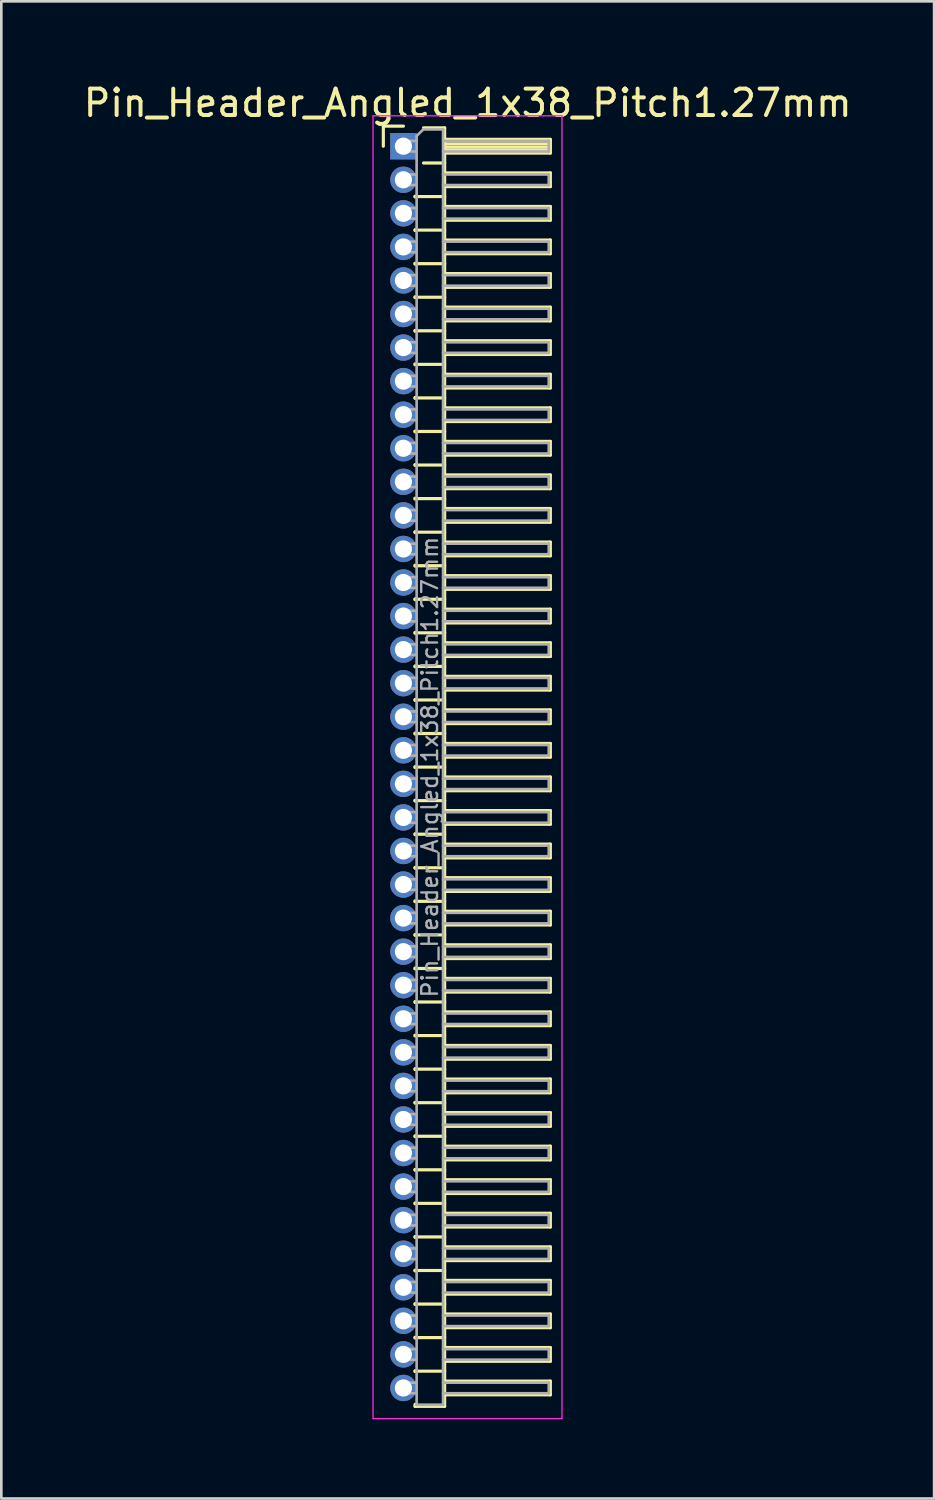
<source format=kicad_pcb>
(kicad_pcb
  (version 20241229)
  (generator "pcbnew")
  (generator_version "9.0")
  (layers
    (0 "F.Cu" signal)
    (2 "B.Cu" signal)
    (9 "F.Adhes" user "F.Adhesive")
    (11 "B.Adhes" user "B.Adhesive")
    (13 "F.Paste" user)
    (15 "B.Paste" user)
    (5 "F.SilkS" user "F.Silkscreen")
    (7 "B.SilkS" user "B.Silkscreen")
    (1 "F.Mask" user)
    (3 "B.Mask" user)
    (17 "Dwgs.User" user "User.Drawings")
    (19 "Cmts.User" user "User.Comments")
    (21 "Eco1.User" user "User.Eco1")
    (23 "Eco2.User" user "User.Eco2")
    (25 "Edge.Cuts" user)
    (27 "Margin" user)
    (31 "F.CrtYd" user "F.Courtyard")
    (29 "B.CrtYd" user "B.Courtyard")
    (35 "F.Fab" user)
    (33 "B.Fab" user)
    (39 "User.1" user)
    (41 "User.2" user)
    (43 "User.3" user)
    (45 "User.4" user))
  (footprint "Pin_Header_Angled_1x38_Pitch1.27mm"
    (layer "F.Cu")
    (at 12.216 2.483)
    (property "Reference" "Pin_Header_Angled_1x38_Pitch1.27mm" (at 2.433 -1.635 0) (layer "F.SilkS") (effects (font (size 1 1) (thickness 0.15))))
    (attr through_hole)
    (fp_line (start -0.76 -0.76) (end 0 -0.76) (stroke (width 0.12) (type solid)) (layer "F.SilkS"))
    (fp_line (start -0.76 0) (end -0.76 -0.76) (stroke (width 0.12) (type solid)) (layer "F.SilkS"))
    (fp_line (start 0.44 1.89) (end 0.44 1.92) (stroke (width 0.12) (type solid)) (layer "F.SilkS"))
    (fp_line (start 0.44 1.905) (end 1.56 1.905) (stroke (width 0.12) (type solid)) (layer "F.SilkS"))
    (fp_line (start 0.44 3.16) (end 0.44 3.19) (stroke (width 0.12) (type solid)) (layer "F.SilkS"))
    (fp_line (start 0.44 3.175) (end 1.56 3.175) (stroke (width 0.12) (type solid)) (layer "F.SilkS"))
    (fp_line (start 0.44 4.43) (end 0.44 4.46) (stroke (width 0.12) (type solid)) (layer "F.SilkS"))
    (fp_line (start 0.44 4.445) (end 1.56 4.445) (stroke (width 0.12) (type solid)) (layer "F.SilkS"))
    (fp_line (start 0.44 5.7) (end 0.44 5.73) (stroke (width 0.12) (type solid)) (layer "F.SilkS"))
    (fp_line (start 0.44 5.715) (end 1.56 5.715) (stroke (width 0.12) (type solid)) (layer "F.SilkS"))
    (fp_line (start 0.44 6.97) (end 0.44 7) (stroke (width 0.12) (type solid)) (layer "F.SilkS"))
    (fp_line (start 0.44 6.985) (end 1.56 6.985) (stroke (width 0.12) (type solid)) (layer "F.SilkS"))
    (fp_line (start 0.44 8.24) (end 0.44 8.27) (stroke (width 0.12) (type solid)) (layer "F.SilkS"))
    (fp_line (start 0.44 8.255) (end 1.56 8.255) (stroke (width 0.12) (type solid)) (layer "F.SilkS"))
    (fp_line (start 0.44 9.51) (end 0.44 9.54) (stroke (width 0.12) (type solid)) (layer "F.SilkS"))
    (fp_line (start 0.44 9.525) (end 1.56 9.525) (stroke (width 0.12) (type solid)) (layer "F.SilkS"))
    (fp_line (start 0.44 10.78) (end 0.44 10.81) (stroke (width 0.12) (type solid)) (layer "F.SilkS"))
    (fp_line (start 0.44 10.795) (end 1.56 10.795) (stroke (width 0.12) (type solid)) (layer "F.SilkS"))
    (fp_line (start 0.44 12.05) (end 0.44 12.08) (stroke (width 0.12) (type solid)) (layer "F.SilkS"))
    (fp_line (start 0.44 12.065) (end 1.56 12.065) (stroke (width 0.12) (type solid)) (layer "F.SilkS"))
    (fp_line (start 0.44 13.32) (end 0.44 13.35) (stroke (width 0.12) (type solid)) (layer "F.SilkS"))
    (fp_line (start 0.44 13.335) (end 1.56 13.335) (stroke (width 0.12) (type solid)) (layer "F.SilkS"))
    (fp_line (start 0.44 14.59) (end 0.44 14.62) (stroke (width 0.12) (type solid)) (layer "F.SilkS"))
    (fp_line (start 0.44 14.605) (end 1.56 14.605) (stroke (width 0.12) (type solid)) (layer "F.SilkS"))
    (fp_line (start 0.44 15.86) (end 0.44 15.89) (stroke (width 0.12) (type solid)) (layer "F.SilkS"))
    (fp_line (start 0.44 15.875) (end 1.56 15.875) (stroke (width 0.12) (type solid)) (layer "F.SilkS"))
    (fp_line (start 0.44 17.13) (end 0.44 17.16) (stroke (width 0.12) (type solid)) (layer "F.SilkS"))
    (fp_line (start 0.44 17.145) (end 1.56 17.145) (stroke (width 0.12) (type solid)) (layer "F.SilkS"))
    (fp_line (start 0.44 18.4) (end 0.44 18.43) (stroke (width 0.12) (type solid)) (layer "F.SilkS"))
    (fp_line (start 0.44 18.415) (end 1.56 18.415) (stroke (width 0.12) (type solid)) (layer "F.SilkS"))
    (fp_line (start 0.44 19.67) (end 0.44 19.7) (stroke (width 0.12) (type solid)) (layer "F.SilkS"))
    (fp_line (start 0.44 19.685) (end 1.56 19.685) (stroke (width 0.12) (type solid)) (layer "F.SilkS"))
    (fp_line (start 0.44 20.94) (end 0.44 20.97) (stroke (width 0.12) (type solid)) (layer "F.SilkS"))
    (fp_line (start 0.44 20.955) (end 1.56 20.955) (stroke (width 0.12) (type solid)) (layer "F.SilkS"))
    (fp_line (start 0.44 22.21) (end 0.44 22.24) (stroke (width 0.12) (type solid)) (layer "F.SilkS"))
    (fp_line (start 0.44 22.225) (end 1.56 22.225) (stroke (width 0.12) (type solid)) (layer "F.SilkS"))
    (fp_line (start 0.44 23.48) (end 0.44 23.51) (stroke (width 0.12) (type solid)) (layer "F.SilkS"))
    (fp_line (start 0.44 23.495) (end 1.56 23.495) (stroke (width 0.12) (type solid)) (layer "F.SilkS"))
    (fp_line (start 0.44 24.75) (end 0.44 24.78) (stroke (width 0.12) (type solid)) (layer "F.SilkS"))
    (fp_line (start 0.44 24.765) (end 1.56 24.765) (stroke (width 0.12) (type solid)) (layer "F.SilkS"))
    (fp_line (start 0.44 26.02) (end 0.44 26.05) (stroke (width 0.12) (type solid)) (layer "F.SilkS"))
    (fp_line (start 0.44 26.035) (end 1.56 26.035) (stroke (width 0.12) (type solid)) (layer "F.SilkS"))
    (fp_line (start 0.44 27.29) (end 0.44 27.32) (stroke (width 0.12) (type solid)) (layer "F.SilkS"))
    (fp_line (start 0.44 27.305) (end 1.56 27.305) (stroke (width 0.12) (type solid)) (layer "F.SilkS"))
    (fp_line (start 0.44 28.56) (end 0.44 28.59) (stroke (width 0.12) (type solid)) (layer "F.SilkS"))
    (fp_line (start 0.44 28.575) (end 1.56 28.575) (stroke (width 0.12) (type solid)) (layer "F.SilkS"))
    (fp_line (start 0.44 29.83) (end 0.44 29.86) (stroke (width 0.12) (type solid)) (layer "F.SilkS"))
    (fp_line (start 0.44 29.845) (end 1.56 29.845) (stroke (width 0.12) (type solid)) (layer "F.SilkS"))
    (fp_line (start 0.44 31.1) (end 0.44 31.13) (stroke (width 0.12) (type solid)) (layer "F.SilkS"))
    (fp_line (start 0.44 31.115) (end 1.56 31.115) (stroke (width 0.12) (type solid)) (layer "F.SilkS"))
    (fp_line (start 0.44 32.37) (end 0.44 32.4) (stroke (width 0.12) (type solid)) (layer "F.SilkS"))
    (fp_line (start 0.44 32.385) (end 1.56 32.385) (stroke (width 0.12) (type solid)) (layer "F.SilkS"))
    (fp_line (start 0.44 33.64) (end 0.44 33.67) (stroke (width 0.12) (type solid)) (layer "F.SilkS"))
    (fp_line (start 0.44 33.655) (end 1.56 33.655) (stroke (width 0.12) (type solid)) (layer "F.SilkS"))
    (fp_line (start 0.44 34.91) (end 0.44 34.94) (stroke (width 0.12) (type solid)) (layer "F.SilkS"))
    (fp_line (start 0.44 34.925) (end 1.56 34.925) (stroke (width 0.12) (type solid)) (layer "F.SilkS"))
    (fp_line (start 0.44 36.18) (end 0.44 36.21) (stroke (width 0.12) (type solid)) (layer "F.SilkS"))
    (fp_line (start 0.44 36.195) (end 1.56 36.195) (stroke (width 0.12) (type solid)) (layer "F.SilkS"))
    (fp_line (start 0.44 37.45) (end 0.44 37.48) (stroke (width 0.12) (type solid)) (layer "F.SilkS"))
    (fp_line (start 0.44 37.465) (end 1.56 37.465) (stroke (width 0.12) (type solid)) (layer "F.SilkS"))
    (fp_line (start 0.44 38.72) (end 0.44 38.75) (stroke (width 0.12) (type solid)) (layer "F.SilkS"))
    (fp_line (start 0.44 38.735) (end 1.56 38.735) (stroke (width 0.12) (type solid)) (layer "F.SilkS"))
    (fp_line (start 0.44 39.99) (end 0.44 40.02) (stroke (width 0.12) (type solid)) (layer "F.SilkS"))
    (fp_line (start 0.44 40.005) (end 1.56 40.005) (stroke (width 0.12) (type solid)) (layer "F.SilkS"))
    (fp_line (start 0.44 41.26) (end 0.44 41.29) (stroke (width 0.12) (type solid)) (layer "F.SilkS"))
    (fp_line (start 0.44 41.275) (end 1.56 41.275) (stroke (width 0.12) (type solid)) (layer "F.SilkS"))
    (fp_line (start 0.44 42.53) (end 0.44 42.56) (stroke (width 0.12) (type solid)) (layer "F.SilkS"))
    (fp_line (start 0.44 42.545) (end 1.56 42.545) (stroke (width 0.12) (type solid)) (layer "F.SilkS"))
    (fp_line (start 0.44 43.8) (end 0.44 43.83) (stroke (width 0.12) (type solid)) (layer "F.SilkS"))
    (fp_line (start 0.44 43.815) (end 1.56 43.815) (stroke (width 0.12) (type solid)) (layer "F.SilkS"))
    (fp_line (start 0.44 45.07) (end 0.44 45.1) (stroke (width 0.12) (type solid)) (layer "F.SilkS"))
    (fp_line (start 0.44 45.085) (end 1.56 45.085) (stroke (width 0.12) (type solid)) (layer "F.SilkS"))
    (fp_line (start 0.44 46.34) (end 0.44 46.37) (stroke (width 0.12) (type solid)) (layer "F.SilkS"))
    (fp_line (start 0.44 46.355) (end 1.56 46.355) (stroke (width 0.12) (type solid)) (layer "F.SilkS"))
    (fp_line (start 0.44 47.685) (end 0.44 47.61) (stroke (width 0.12) (type solid)) (layer "F.SilkS"))
    (fp_line (start 0.76 -0.695) (end 1.56 -0.695) (stroke (width 0.12) (type solid)) (layer "F.SilkS"))
    (fp_line (start 0.76 0.635) (end 1.56 0.635) (stroke (width 0.12) (type solid)) (layer "F.SilkS"))
    (fp_line (start 1.56 -0.695) (end 1.56 47.685) (stroke (width 0.12) (type solid)) (layer "F.SilkS"))
    (fp_line (start 1.56 -0.26) (end 5.56 -0.26) (stroke (width 0.12) (type solid)) (layer "F.SilkS"))
    (fp_line (start 1.56 -0.2) (end 5.56 -0.2) (stroke (width 0.12) (type solid)) (layer "F.SilkS"))
    (fp_line (start 1.56 -0.08) (end 5.56 -0.08) (stroke (width 0.12) (type solid)) (layer "F.SilkS"))
    (fp_line (start 1.56 0.04) (end 5.56 0.04) (stroke (width 0.12) (type solid)) (layer "F.SilkS"))
    (fp_line (start 1.56 0.16) (end 5.56 0.16) (stroke (width 0.12) (type solid)) (layer "F.SilkS"))
    (fp_line (start 1.56 1.01) (end 5.56 1.01) (stroke (width 0.12) (type solid)) (layer "F.SilkS"))
    (fp_line (start 1.56 2.28) (end 5.56 2.28) (stroke (width 0.12) (type solid)) (layer "F.SilkS"))
    (fp_line (start 1.56 3.55) (end 5.56 3.55) (stroke (width 0.12) (type solid)) (layer "F.SilkS"))
    (fp_line (start 1.56 4.82) (end 5.56 4.82) (stroke (width 0.12) (type solid)) (layer "F.SilkS"))
    (fp_line (start 1.56 6.09) (end 5.56 6.09) (stroke (width 0.12) (type solid)) (layer "F.SilkS"))
    (fp_line (start 1.56 7.36) (end 5.56 7.36) (stroke (width 0.12) (type solid)) (layer "F.SilkS"))
    (fp_line (start 1.56 8.63) (end 5.56 8.63) (stroke (width 0.12) (type solid)) (layer "F.SilkS"))
    (fp_line (start 1.56 9.9) (end 5.56 9.9) (stroke (width 0.12) (type solid)) (layer "F.SilkS"))
    (fp_line (start 1.56 11.17) (end 5.56 11.17) (stroke (width 0.12) (type solid)) (layer "F.SilkS"))
    (fp_line (start 1.56 12.44) (end 5.56 12.44) (stroke (width 0.12) (type solid)) (layer "F.SilkS"))
    (fp_line (start 1.56 13.71) (end 5.56 13.71) (stroke (width 0.12) (type solid)) (layer "F.SilkS"))
    (fp_line (start 1.56 14.98) (end 5.56 14.98) (stroke (width 0.12) (type solid)) (layer "F.SilkS"))
    (fp_line (start 1.56 16.25) (end 5.56 16.25) (stroke (width 0.12) (type solid)) (layer "F.SilkS"))
    (fp_line (start 1.56 17.52) (end 5.56 17.52) (stroke (width 0.12) (type solid)) (layer "F.SilkS"))
    (fp_line (start 1.56 18.79) (end 5.56 18.79) (stroke (width 0.12) (type solid)) (layer "F.SilkS"))
    (fp_line (start 1.56 20.06) (end 5.56 20.06) (stroke (width 0.12) (type solid)) (layer "F.SilkS"))
    (fp_line (start 1.56 21.33) (end 5.56 21.33) (stroke (width 0.12) (type solid)) (layer "F.SilkS"))
    (fp_line (start 1.56 22.6) (end 5.56 22.6) (stroke (width 0.12) (type solid)) (layer "F.SilkS"))
    (fp_line (start 1.56 23.87) (end 5.56 23.87) (stroke (width 0.12) (type solid)) (layer "F.SilkS"))
    (fp_line (start 1.56 25.14) (end 5.56 25.14) (stroke (width 0.12) (type solid)) (layer "F.SilkS"))
    (fp_line (start 1.56 26.41) (end 5.56 26.41) (stroke (width 0.12) (type solid)) (layer "F.SilkS"))
    (fp_line (start 1.56 27.68) (end 5.56 27.68) (stroke (width 0.12) (type solid)) (layer "F.SilkS"))
    (fp_line (start 1.56 28.95) (end 5.56 28.95) (stroke (width 0.12) (type solid)) (layer "F.SilkS"))
    (fp_line (start 1.56 30.22) (end 5.56 30.22) (stroke (width 0.12) (type solid)) (layer "F.SilkS"))
    (fp_line (start 1.56 31.49) (end 5.56 31.49) (stroke (width 0.12) (type solid)) (layer "F.SilkS"))
    (fp_line (start 1.56 32.76) (end 5.56 32.76) (stroke (width 0.12) (type solid)) (layer "F.SilkS"))
    (fp_line (start 1.56 34.03) (end 5.56 34.03) (stroke (width 0.12) (type solid)) (layer "F.SilkS"))
    (fp_line (start 1.56 35.3) (end 5.56 35.3) (stroke (width 0.12) (type solid)) (layer "F.SilkS"))
    (fp_line (start 1.56 36.57) (end 5.56 36.57) (stroke (width 0.12) (type solid)) (layer "F.SilkS"))
    (fp_line (start 1.56 37.84) (end 5.56 37.84) (stroke (width 0.12) (type solid)) (layer "F.SilkS"))
    (fp_line (start 1.56 39.11) (end 5.56 39.11) (stroke (width 0.12) (type solid)) (layer "F.SilkS"))
    (fp_line (start 1.56 40.38) (end 5.56 40.38) (stroke (width 0.12) (type solid)) (layer "F.SilkS"))
    (fp_line (start 1.56 41.65) (end 5.56 41.65) (stroke (width 0.12) (type solid)) (layer "F.SilkS"))
    (fp_line (start 1.56 42.92) (end 5.56 42.92) (stroke (width 0.12) (type solid)) (layer "F.SilkS"))
    (fp_line (start 1.56 44.19) (end 5.56 44.19) (stroke (width 0.12) (type solid)) (layer "F.SilkS"))
    (fp_line (start 1.56 45.46) (end 5.56 45.46) (stroke (width 0.12) (type solid)) (layer "F.SilkS"))
    (fp_line (start 1.56 46.73) (end 5.56 46.73) (stroke (width 0.12) (type solid)) (layer "F.SilkS"))
    (fp_line (start 1.56 47.685) (end 0.44 47.685) (stroke (width 0.12) (type solid)) (layer "F.SilkS"))
    (fp_line (start 5.56 -0.26) (end 5.56 0.26) (stroke (width 0.12) (type solid)) (layer "F.SilkS"))
    (fp_line (start 5.56 0.26) (end 1.56 0.26) (stroke (width 0.12) (type solid)) (layer "F.SilkS"))
    (fp_line (start 5.56 1.01) (end 5.56 1.53) (stroke (width 0.12) (type solid)) (layer "F.SilkS"))
    (fp_line (start 5.56 1.53) (end 1.56 1.53) (stroke (width 0.12) (type solid)) (layer "F.SilkS"))
    (fp_line (start 5.56 2.28) (end 5.56 2.8) (stroke (width 0.12) (type solid)) (layer "F.SilkS"))
    (fp_line (start 5.56 2.8) (end 1.56 2.8) (stroke (width 0.12) (type solid)) (layer "F.SilkS"))
    (fp_line (start 5.56 3.55) (end 5.56 4.07) (stroke (width 0.12) (type solid)) (layer "F.SilkS"))
    (fp_line (start 5.56 4.07) (end 1.56 4.07) (stroke (width 0.12) (type solid)) (layer "F.SilkS"))
    (fp_line (start 5.56 4.82) (end 5.56 5.34) (stroke (width 0.12) (type solid)) (layer "F.SilkS"))
    (fp_line (start 5.56 5.34) (end 1.56 5.34) (stroke (width 0.12) (type solid)) (layer "F.SilkS"))
    (fp_line (start 5.56 6.09) (end 5.56 6.61) (stroke (width 0.12) (type solid)) (layer "F.SilkS"))
    (fp_line (start 5.56 6.61) (end 1.56 6.61) (stroke (width 0.12) (type solid)) (layer "F.SilkS"))
    (fp_line (start 5.56 7.36) (end 5.56 7.88) (stroke (width 0.12) (type solid)) (layer "F.SilkS"))
    (fp_line (start 5.56 7.88) (end 1.56 7.88) (stroke (width 0.12) (type solid)) (layer "F.SilkS"))
    (fp_line (start 5.56 8.63) (end 5.56 9.15) (stroke (width 0.12) (type solid)) (layer "F.SilkS"))
    (fp_line (start 5.56 9.15) (end 1.56 9.15) (stroke (width 0.12) (type solid)) (layer "F.SilkS"))
    (fp_line (start 5.56 9.9) (end 5.56 10.42) (stroke (width 0.12) (type solid)) (layer "F.SilkS"))
    (fp_line (start 5.56 10.42) (end 1.56 10.42) (stroke (width 0.12) (type solid)) (layer "F.SilkS"))
    (fp_line (start 5.56 11.17) (end 5.56 11.69) (stroke (width 0.12) (type solid)) (layer "F.SilkS"))
    (fp_line (start 5.56 11.69) (end 1.56 11.69) (stroke (width 0.12) (type solid)) (layer "F.SilkS"))
    (fp_line (start 5.56 12.44) (end 5.56 12.96) (stroke (width 0.12) (type solid)) (layer "F.SilkS"))
    (fp_line (start 5.56 12.96) (end 1.56 12.96) (stroke (width 0.12) (type solid)) (layer "F.SilkS"))
    (fp_line (start 5.56 13.71) (end 5.56 14.23) (stroke (width 0.12) (type solid)) (layer "F.SilkS"))
    (fp_line (start 5.56 14.23) (end 1.56 14.23) (stroke (width 0.12) (type solid)) (layer "F.SilkS"))
    (fp_line (start 5.56 14.98) (end 5.56 15.5) (stroke (width 0.12) (type solid)) (layer "F.SilkS"))
    (fp_line (start 5.56 15.5) (end 1.56 15.5) (stroke (width 0.12) (type solid)) (layer "F.SilkS"))
    (fp_line (start 5.56 16.25) (end 5.56 16.77) (stroke (width 0.12) (type solid)) (layer "F.SilkS"))
    (fp_line (start 5.56 16.77) (end 1.56 16.77) (stroke (width 0.12) (type solid)) (layer "F.SilkS"))
    (fp_line (start 5.56 17.52) (end 5.56 18.04) (stroke (width 0.12) (type solid)) (layer "F.SilkS"))
    (fp_line (start 5.56 18.04) (end 1.56 18.04) (stroke (width 0.12) (type solid)) (layer "F.SilkS"))
    (fp_line (start 5.56 18.79) (end 5.56 19.31) (stroke (width 0.12) (type solid)) (layer "F.SilkS"))
    (fp_line (start 5.56 19.31) (end 1.56 19.31) (stroke (width 0.12) (type solid)) (layer "F.SilkS"))
    (fp_line (start 5.56 20.06) (end 5.56 20.58) (stroke (width 0.12) (type solid)) (layer "F.SilkS"))
    (fp_line (start 5.56 20.58) (end 1.56 20.58) (stroke (width 0.12) (type solid)) (layer "F.SilkS"))
    (fp_line (start 5.56 21.33) (end 5.56 21.85) (stroke (width 0.12) (type solid)) (layer "F.SilkS"))
    (fp_line (start 5.56 21.85) (end 1.56 21.85) (stroke (width 0.12) (type solid)) (layer "F.SilkS"))
    (fp_line (start 5.56 22.6) (end 5.56 23.12) (stroke (width 0.12) (type solid)) (layer "F.SilkS"))
    (fp_line (start 5.56 23.12) (end 1.56 23.12) (stroke (width 0.12) (type solid)) (layer "F.SilkS"))
    (fp_line (start 5.56 23.87) (end 5.56 24.39) (stroke (width 0.12) (type solid)) (layer "F.SilkS"))
    (fp_line (start 5.56 24.39) (end 1.56 24.39) (stroke (width 0.12) (type solid)) (layer "F.SilkS"))
    (fp_line (start 5.56 25.14) (end 5.56 25.66) (stroke (width 0.12) (type solid)) (layer "F.SilkS"))
    (fp_line (start 5.56 25.66) (end 1.56 25.66) (stroke (width 0.12) (type solid)) (layer "F.SilkS"))
    (fp_line (start 5.56 26.41) (end 5.56 26.93) (stroke (width 0.12) (type solid)) (layer "F.SilkS"))
    (fp_line (start 5.56 26.93) (end 1.56 26.93) (stroke (width 0.12) (type solid)) (layer "F.SilkS"))
    (fp_line (start 5.56 27.68) (end 5.56 28.2) (stroke (width 0.12) (type solid)) (layer "F.SilkS"))
    (fp_line (start 5.56 28.2) (end 1.56 28.2) (stroke (width 0.12) (type solid)) (layer "F.SilkS"))
    (fp_line (start 5.56 28.95) (end 5.56 29.47) (stroke (width 0.12) (type solid)) (layer "F.SilkS"))
    (fp_line (start 5.56 29.47) (end 1.56 29.47) (stroke (width 0.12) (type solid)) (layer "F.SilkS"))
    (fp_line (start 5.56 30.22) (end 5.56 30.74) (stroke (width 0.12) (type solid)) (layer "F.SilkS"))
    (fp_line (start 5.56 30.74) (end 1.56 30.74) (stroke (width 0.12) (type solid)) (layer "F.SilkS"))
    (fp_line (start 5.56 31.49) (end 5.56 32.01) (stroke (width 0.12) (type solid)) (layer "F.SilkS"))
    (fp_line (start 5.56 32.01) (end 1.56 32.01) (stroke (width 0.12) (type solid)) (layer "F.SilkS"))
    (fp_line (start 5.56 32.76) (end 5.56 33.28) (stroke (width 0.12) (type solid)) (layer "F.SilkS"))
    (fp_line (start 5.56 33.28) (end 1.56 33.28) (stroke (width 0.12) (type solid)) (layer "F.SilkS"))
    (fp_line (start 5.56 34.03) (end 5.56 34.55) (stroke (width 0.12) (type solid)) (layer "F.SilkS"))
    (fp_line (start 5.56 34.55) (end 1.56 34.55) (stroke (width 0.12) (type solid)) (layer "F.SilkS"))
    (fp_line (start 5.56 35.3) (end 5.56 35.82) (stroke (width 0.12) (type solid)) (layer "F.SilkS"))
    (fp_line (start 5.56 35.82) (end 1.56 35.82) (stroke (width 0.12) (type solid)) (layer "F.SilkS"))
    (fp_line (start 5.56 36.57) (end 5.56 37.09) (stroke (width 0.12) (type solid)) (layer "F.SilkS"))
    (fp_line (start 5.56 37.09) (end 1.56 37.09) (stroke (width 0.12) (type solid)) (layer "F.SilkS"))
    (fp_line (start 5.56 37.84) (end 5.56 38.36) (stroke (width 0.12) (type solid)) (layer "F.SilkS"))
    (fp_line (start 5.56 38.36) (end 1.56 38.36) (stroke (width 0.12) (type solid)) (layer "F.SilkS"))
    (fp_line (start 5.56 39.11) (end 5.56 39.63) (stroke (width 0.12) (type solid)) (layer "F.SilkS"))
    (fp_line (start 5.56 39.63) (end 1.56 39.63) (stroke (width 0.12) (type solid)) (layer "F.SilkS"))
    (fp_line (start 5.56 40.38) (end 5.56 40.9) (stroke (width 0.12) (type solid)) (layer "F.SilkS"))
    (fp_line (start 5.56 40.9) (end 1.56 40.9) (stroke (width 0.12) (type solid)) (layer "F.SilkS"))
    (fp_line (start 5.56 41.65) (end 5.56 42.17) (stroke (width 0.12) (type solid)) (layer "F.SilkS"))
    (fp_line (start 5.56 42.17) (end 1.56 42.17) (stroke (width 0.12) (type solid)) (layer "F.SilkS"))
    (fp_line (start 5.56 42.92) (end 5.56 43.44) (stroke (width 0.12) (type solid)) (layer "F.SilkS"))
    (fp_line (start 5.56 43.44) (end 1.56 43.44) (stroke (width 0.12) (type solid)) (layer "F.SilkS"))
    (fp_line (start 5.56 44.19) (end 5.56 44.71) (stroke (width 0.12) (type solid)) (layer "F.SilkS"))
    (fp_line (start 5.56 44.71) (end 1.56 44.71) (stroke (width 0.12) (type solid)) (layer "F.SilkS"))
    (fp_line (start 5.56 45.46) (end 5.56 45.98) (stroke (width 0.12) (type solid)) (layer "F.SilkS"))
    (fp_line (start 5.56 45.98) (end 1.56 45.98) (stroke (width 0.12) (type solid)) (layer "F.SilkS"))
    (fp_line (start 5.56 46.73) (end 5.56 47.25) (stroke (width 0.12) (type solid)) (layer "F.SilkS"))
    (fp_line (start 5.56 47.25) (end 1.56 47.25) (stroke (width 0.12) (type solid)) (layer "F.SilkS"))
    (fp_line (start -1.15 -1.15) (end -1.15 48.15) (stroke (width 0.05) (type solid)) (layer "F.CrtYd"))
    (fp_line (start -1.15 48.15) (end 6 48.15) (stroke (width 0.05) (type solid)) (layer "F.CrtYd"))
    (fp_line (start 6 -1.15) (end -1.15 -1.15) (stroke (width 0.05) (type solid)) (layer "F.CrtYd"))
    (fp_line (start 6 48.15) (end 6 -1.15) (stroke (width 0.05) (type solid)) (layer "F.CrtYd"))
    (fp_line (start -0.2 -0.2) (end -0.2 0.2) (stroke (width 0.1) (type solid)) (layer "F.Fab"))
    (fp_line (start -0.2 -0.2) (end 0.5 -0.2) (stroke (width 0.1) (type solid)) (layer "F.Fab"))
    (fp_line (start -0.2 0.2) (end 0.5 0.2) (stroke (width 0.1) (type solid)) (layer "F.Fab"))
    (fp_line (start -0.2 1.07) (end -0.2 1.47) (stroke (width 0.1) (type solid)) (layer "F.Fab"))
    (fp_line (start -0.2 1.07) (end 0.5 1.07) (stroke (width 0.1) (type solid)) (layer "F.Fab"))
    (fp_line (start -0.2 1.47) (end 0.5 1.47) (stroke (width 0.1) (type solid)) (layer "F.Fab"))
    (fp_line (start -0.2 2.34) (end -0.2 2.74) (stroke (width 0.1) (type solid)) (layer "F.Fab"))
    (fp_line (start -0.2 2.34) (end 0.5 2.34) (stroke (width 0.1) (type solid)) (layer "F.Fab"))
    (fp_line (start -0.2 2.74) (end 0.5 2.74) (stroke (width 0.1) (type solid)) (layer "F.Fab"))
    (fp_line (start -0.2 3.61) (end -0.2 4.01) (stroke (width 0.1) (type solid)) (layer "F.Fab"))
    (fp_line (start -0.2 3.61) (end 0.5 3.61) (stroke (width 0.1) (type solid)) (layer "F.Fab"))
    (fp_line (start -0.2 4.01) (end 0.5 4.01) (stroke (width 0.1) (type solid)) (layer "F.Fab"))
    (fp_line (start -0.2 4.88) (end -0.2 5.28) (stroke (width 0.1) (type solid)) (layer "F.Fab"))
    (fp_line (start -0.2 4.88) (end 0.5 4.88) (stroke (width 0.1) (type solid)) (layer "F.Fab"))
    (fp_line (start -0.2 5.28) (end 0.5 5.28) (stroke (width 0.1) (type solid)) (layer "F.Fab"))
    (fp_line (start -0.2 6.15) (end -0.2 6.55) (stroke (width 0.1) (type solid)) (layer "F.Fab"))
    (fp_line (start -0.2 6.15) (end 0.5 6.15) (stroke (width 0.1) (type solid)) (layer "F.Fab"))
    (fp_line (start -0.2 6.55) (end 0.5 6.55) (stroke (width 0.1) (type solid)) (layer "F.Fab"))
    (fp_line (start -0.2 7.42) (end -0.2 7.82) (stroke (width 0.1) (type solid)) (layer "F.Fab"))
    (fp_line (start -0.2 7.42) (end 0.5 7.42) (stroke (width 0.1) (type solid)) (layer "F.Fab"))
    (fp_line (start -0.2 7.82) (end 0.5 7.82) (stroke (width 0.1) (type solid)) (layer "F.Fab"))
    (fp_line (start -0.2 8.69) (end -0.2 9.09) (stroke (width 0.1) (type solid)) (layer "F.Fab"))
    (fp_line (start -0.2 8.69) (end 0.5 8.69) (stroke (width 0.1) (type solid)) (layer "F.Fab"))
    (fp_line (start -0.2 9.09) (end 0.5 9.09) (stroke (width 0.1) (type solid)) (layer "F.Fab"))
    (fp_line (start -0.2 9.96) (end -0.2 10.36) (stroke (width 0.1) (type solid)) (layer "F.Fab"))
    (fp_line (start -0.2 9.96) (end 0.5 9.96) (stroke (width 0.1) (type solid)) (layer "F.Fab"))
    (fp_line (start -0.2 10.36) (end 0.5 10.36) (stroke (width 0.1) (type solid)) (layer "F.Fab"))
    (fp_line (start -0.2 11.23) (end -0.2 11.63) (stroke (width 0.1) (type solid)) (layer "F.Fab"))
    (fp_line (start -0.2 11.23) (end 0.5 11.23) (stroke (width 0.1) (type solid)) (layer "F.Fab"))
    (fp_line (start -0.2 11.63) (end 0.5 11.63) (stroke (width 0.1) (type solid)) (layer "F.Fab"))
    (fp_line (start -0.2 12.5) (end -0.2 12.9) (stroke (width 0.1) (type solid)) (layer "F.Fab"))
    (fp_line (start -0.2 12.5) (end 0.5 12.5) (stroke (width 0.1) (type solid)) (layer "F.Fab"))
    (fp_line (start -0.2 12.9) (end 0.5 12.9) (stroke (width 0.1) (type solid)) (layer "F.Fab"))
    (fp_line (start -0.2 13.77) (end -0.2 14.17) (stroke (width 0.1) (type solid)) (layer "F.Fab"))
    (fp_line (start -0.2 13.77) (end 0.5 13.77) (stroke (width 0.1) (type solid)) (layer "F.Fab"))
    (fp_line (start -0.2 14.17) (end 0.5 14.17) (stroke (width 0.1) (type solid)) (layer "F.Fab"))
    (fp_line (start -0.2 15.04) (end -0.2 15.44) (stroke (width 0.1) (type solid)) (layer "F.Fab"))
    (fp_line (start -0.2 15.04) (end 0.5 15.04) (stroke (width 0.1) (type solid)) (layer "F.Fab"))
    (fp_line (start -0.2 15.44) (end 0.5 15.44) (stroke (width 0.1) (type solid)) (layer "F.Fab"))
    (fp_line (start -0.2 16.31) (end -0.2 16.71) (stroke (width 0.1) (type solid)) (layer "F.Fab"))
    (fp_line (start -0.2 16.31) (end 0.5 16.31) (stroke (width 0.1) (type solid)) (layer "F.Fab"))
    (fp_line (start -0.2 16.71) (end 0.5 16.71) (stroke (width 0.1) (type solid)) (layer "F.Fab"))
    (fp_line (start -0.2 17.58) (end -0.2 17.98) (stroke (width 0.1) (type solid)) (layer "F.Fab"))
    (fp_line (start -0.2 17.58) (end 0.5 17.58) (stroke (width 0.1) (type solid)) (layer "F.Fab"))
    (fp_line (start -0.2 17.98) (end 0.5 17.98) (stroke (width 0.1) (type solid)) (layer "F.Fab"))
    (fp_line (start -0.2 18.85) (end -0.2 19.25) (stroke (width 0.1) (type solid)) (layer "F.Fab"))
    (fp_line (start -0.2 18.85) (end 0.5 18.85) (stroke (width 0.1) (type solid)) (layer "F.Fab"))
    (fp_line (start -0.2 19.25) (end 0.5 19.25) (stroke (width 0.1) (type solid)) (layer "F.Fab"))
    (fp_line (start -0.2 20.12) (end -0.2 20.52) (stroke (width 0.1) (type solid)) (layer "F.Fab"))
    (fp_line (start -0.2 20.12) (end 0.5 20.12) (stroke (width 0.1) (type solid)) (layer "F.Fab"))
    (fp_line (start -0.2 20.52) (end 0.5 20.52) (stroke (width 0.1) (type solid)) (layer "F.Fab"))
    (fp_line (start -0.2 21.39) (end -0.2 21.79) (stroke (width 0.1) (type solid)) (layer "F.Fab"))
    (fp_line (start -0.2 21.39) (end 0.5 21.39) (stroke (width 0.1) (type solid)) (layer "F.Fab"))
    (fp_line (start -0.2 21.79) (end 0.5 21.79) (stroke (width 0.1) (type solid)) (layer "F.Fab"))
    (fp_line (start -0.2 22.66) (end -0.2 23.06) (stroke (width 0.1) (type solid)) (layer "F.Fab"))
    (fp_line (start -0.2 22.66) (end 0.5 22.66) (stroke (width 0.1) (type solid)) (layer "F.Fab"))
    (fp_line (start -0.2 23.06) (end 0.5 23.06) (stroke (width 0.1) (type solid)) (layer "F.Fab"))
    (fp_line (start -0.2 23.93) (end -0.2 24.33) (stroke (width 0.1) (type solid)) (layer "F.Fab"))
    (fp_line (start -0.2 23.93) (end 0.5 23.93) (stroke (width 0.1) (type solid)) (layer "F.Fab"))
    (fp_line (start -0.2 24.33) (end 0.5 24.33) (stroke (width 0.1) (type solid)) (layer "F.Fab"))
    (fp_line (start -0.2 25.2) (end -0.2 25.6) (stroke (width 0.1) (type solid)) (layer "F.Fab"))
    (fp_line (start -0.2 25.2) (end 0.5 25.2) (stroke (width 0.1) (type solid)) (layer "F.Fab"))
    (fp_line (start -0.2 25.6) (end 0.5 25.6) (stroke (width 0.1) (type solid)) (layer "F.Fab"))
    (fp_line (start -0.2 26.47) (end -0.2 26.87) (stroke (width 0.1) (type solid)) (layer "F.Fab"))
    (fp_line (start -0.2 26.47) (end 0.5 26.47) (stroke (width 0.1) (type solid)) (layer "F.Fab"))
    (fp_line (start -0.2 26.87) (end 0.5 26.87) (stroke (width 0.1) (type solid)) (layer "F.Fab"))
    (fp_line (start -0.2 27.74) (end -0.2 28.14) (stroke (width 0.1) (type solid)) (layer "F.Fab"))
    (fp_line (start -0.2 27.74) (end 0.5 27.74) (stroke (width 0.1) (type solid)) (layer "F.Fab"))
    (fp_line (start -0.2 28.14) (end 0.5 28.14) (stroke (width 0.1) (type solid)) (layer "F.Fab"))
    (fp_line (start -0.2 29.01) (end -0.2 29.41) (stroke (width 0.1) (type solid)) (layer "F.Fab"))
    (fp_line (start -0.2 29.01) (end 0.5 29.01) (stroke (width 0.1) (type solid)) (layer "F.Fab"))
    (fp_line (start -0.2 29.41) (end 0.5 29.41) (stroke (width 0.1) (type solid)) (layer "F.Fab"))
    (fp_line (start -0.2 30.28) (end -0.2 30.68) (stroke (width 0.1) (type solid)) (layer "F.Fab"))
    (fp_line (start -0.2 30.28) (end 0.5 30.28) (stroke (width 0.1) (type solid)) (layer "F.Fab"))
    (fp_line (start -0.2 30.68) (end 0.5 30.68) (stroke (width 0.1) (type solid)) (layer "F.Fab"))
    (fp_line (start -0.2 31.55) (end -0.2 31.95) (stroke (width 0.1) (type solid)) (layer "F.Fab"))
    (fp_line (start -0.2 31.55) (end 0.5 31.55) (stroke (width 0.1) (type solid)) (layer "F.Fab"))
    (fp_line (start -0.2 31.95) (end 0.5 31.95) (stroke (width 0.1) (type solid)) (layer "F.Fab"))
    (fp_line (start -0.2 32.82) (end -0.2 33.22) (stroke (width 0.1) (type solid)) (layer "F.Fab"))
    (fp_line (start -0.2 32.82) (end 0.5 32.82) (stroke (width 0.1) (type solid)) (layer "F.Fab"))
    (fp_line (start -0.2 33.22) (end 0.5 33.22) (stroke (width 0.1) (type solid)) (layer "F.Fab"))
    (fp_line (start -0.2 34.09) (end -0.2 34.49) (stroke (width 0.1) (type solid)) (layer "F.Fab"))
    (fp_line (start -0.2 34.09) (end 0.5 34.09) (stroke (width 0.1) (type solid)) (layer "F.Fab"))
    (fp_line (start -0.2 34.49) (end 0.5 34.49) (stroke (width 0.1) (type solid)) (layer "F.Fab"))
    (fp_line (start -0.2 35.36) (end -0.2 35.76) (stroke (width 0.1) (type solid)) (layer "F.Fab"))
    (fp_line (start -0.2 35.36) (end 0.5 35.36) (stroke (width 0.1) (type solid)) (layer "F.Fab"))
    (fp_line (start -0.2 35.76) (end 0.5 35.76) (stroke (width 0.1) (type solid)) (layer "F.Fab"))
    (fp_line (start -0.2 36.63) (end -0.2 37.03) (stroke (width 0.1) (type solid)) (layer "F.Fab"))
    (fp_line (start -0.2 36.63) (end 0.5 36.63) (stroke (width 0.1) (type solid)) (layer "F.Fab"))
    (fp_line (start -0.2 37.03) (end 0.5 37.03) (stroke (width 0.1) (type solid)) (layer "F.Fab"))
    (fp_line (start -0.2 37.9) (end -0.2 38.3) (stroke (width 0.1) (type solid)) (layer "F.Fab"))
    (fp_line (start -0.2 37.9) (end 0.5 37.9) (stroke (width 0.1) (type solid)) (layer "F.Fab"))
    (fp_line (start -0.2 38.3) (end 0.5 38.3) (stroke (width 0.1) (type solid)) (layer "F.Fab"))
    (fp_line (start -0.2 39.17) (end -0.2 39.57) (stroke (width 0.1) (type solid)) (layer "F.Fab"))
    (fp_line (start -0.2 39.17) (end 0.5 39.17) (stroke (width 0.1) (type solid)) (layer "F.Fab"))
    (fp_line (start -0.2 39.57) (end 0.5 39.57) (stroke (width 0.1) (type solid)) (layer "F.Fab"))
    (fp_line (start -0.2 40.44) (end -0.2 40.84) (stroke (width 0.1) (type solid)) (layer "F.Fab"))
    (fp_line (start -0.2 40.44) (end 0.5 40.44) (stroke (width 0.1) (type solid)) (layer "F.Fab"))
    (fp_line (start -0.2 40.84) (end 0.5 40.84) (stroke (width 0.1) (type solid)) (layer "F.Fab"))
    (fp_line (start -0.2 41.71) (end -0.2 42.11) (stroke (width 0.1) (type solid)) (layer "F.Fab"))
    (fp_line (start -0.2 41.71) (end 0.5 41.71) (stroke (width 0.1) (type solid)) (layer "F.Fab"))
    (fp_line (start -0.2 42.11) (end 0.5 42.11) (stroke (width 0.1) (type solid)) (layer "F.Fab"))
    (fp_line (start -0.2 42.98) (end -0.2 43.38) (stroke (width 0.1) (type solid)) (layer "F.Fab"))
    (fp_line (start -0.2 42.98) (end 0.5 42.98) (stroke (width 0.1) (type solid)) (layer "F.Fab"))
    (fp_line (start -0.2 43.38) (end 0.5 43.38) (stroke (width 0.1) (type solid)) (layer "F.Fab"))
    (fp_line (start -0.2 44.25) (end -0.2 44.65) (stroke (width 0.1) (type solid)) (layer "F.Fab"))
    (fp_line (start -0.2 44.25) (end 0.5 44.25) (stroke (width 0.1) (type solid)) (layer "F.Fab"))
    (fp_line (start -0.2 44.65) (end 0.5 44.65) (stroke (width 0.1) (type solid)) (layer "F.Fab"))
    (fp_line (start -0.2 45.52) (end -0.2 45.92) (stroke (width 0.1) (type solid)) (layer "F.Fab"))
    (fp_line (start -0.2 45.52) (end 0.5 45.52) (stroke (width 0.1) (type solid)) (layer "F.Fab"))
    (fp_line (start -0.2 45.92) (end 0.5 45.92) (stroke (width 0.1) (type solid)) (layer "F.Fab"))
    (fp_line (start -0.2 46.79) (end -0.2 47.19) (stroke (width 0.1) (type solid)) (layer "F.Fab"))
    (fp_line (start -0.2 46.79) (end 0.5 46.79) (stroke (width 0.1) (type solid)) (layer "F.Fab"))
    (fp_line (start -0.2 47.19) (end 0.5 47.19) (stroke (width 0.1) (type solid)) (layer "F.Fab"))
    (fp_line (start 0.5 -0.385) (end 0.75 -0.635) (stroke (width 0.1) (type solid)) (layer "F.Fab"))
    (fp_line (start 0.5 47.625) (end 0.5 -0.385) (stroke (width 0.1) (type solid)) (layer "F.Fab"))
    (fp_line (start 0.75 -0.635) (end 1.5 -0.635) (stroke (width 0.1) (type solid)) (layer "F.Fab"))
    (fp_line (start 1.5 -0.635) (end 1.5 47.625) (stroke (width 0.1) (type solid)) (layer "F.Fab"))
    (fp_line (start 1.5 -0.2) (end 5.5 -0.2) (stroke (width 0.1) (type solid)) (layer "F.Fab"))
    (fp_line (start 1.5 0.2) (end 5.5 0.2) (stroke (width 0.1) (type solid)) (layer "F.Fab"))
    (fp_line (start 1.5 1.07) (end 5.5 1.07) (stroke (width 0.1) (type solid)) (layer "F.Fab"))
    (fp_line (start 1.5 1.47) (end 5.5 1.47) (stroke (width 0.1) (type solid)) (layer "F.Fab"))
    (fp_line (start 1.5 2.34) (end 5.5 2.34) (stroke (width 0.1) (type solid)) (layer "F.Fab"))
    (fp_line (start 1.5 2.74) (end 5.5 2.74) (stroke (width 0.1) (type solid)) (layer "F.Fab"))
    (fp_line (start 1.5 3.61) (end 5.5 3.61) (stroke (width 0.1) (type solid)) (layer "F.Fab"))
    (fp_line (start 1.5 4.01) (end 5.5 4.01) (stroke (width 0.1) (type solid)) (layer "F.Fab"))
    (fp_line (start 1.5 4.88) (end 5.5 4.88) (stroke (width 0.1) (type solid)) (layer "F.Fab"))
    (fp_line (start 1.5 5.28) (end 5.5 5.28) (stroke (width 0.1) (type solid)) (layer "F.Fab"))
    (fp_line (start 1.5 6.15) (end 5.5 6.15) (stroke (width 0.1) (type solid)) (layer "F.Fab"))
    (fp_line (start 1.5 6.55) (end 5.5 6.55) (stroke (width 0.1) (type solid)) (layer "F.Fab"))
    (fp_line (start 1.5 7.42) (end 5.5 7.42) (stroke (width 0.1) (type solid)) (layer "F.Fab"))
    (fp_line (start 1.5 7.82) (end 5.5 7.82) (stroke (width 0.1) (type solid)) (layer "F.Fab"))
    (fp_line (start 1.5 8.69) (end 5.5 8.69) (stroke (width 0.1) (type solid)) (layer "F.Fab"))
    (fp_line (start 1.5 9.09) (end 5.5 9.09) (stroke (width 0.1) (type solid)) (layer "F.Fab"))
    (fp_line (start 1.5 9.96) (end 5.5 9.96) (stroke (width 0.1) (type solid)) (layer "F.Fab"))
    (fp_line (start 1.5 10.36) (end 5.5 10.36) (stroke (width 0.1) (type solid)) (layer "F.Fab"))
    (fp_line (start 1.5 11.23) (end 5.5 11.23) (stroke (width 0.1) (type solid)) (layer "F.Fab"))
    (fp_line (start 1.5 11.63) (end 5.5 11.63) (stroke (width 0.1) (type solid)) (layer "F.Fab"))
    (fp_line (start 1.5 12.5) (end 5.5 12.5) (stroke (width 0.1) (type solid)) (layer "F.Fab"))
    (fp_line (start 1.5 12.9) (end 5.5 12.9) (stroke (width 0.1) (type solid)) (layer "F.Fab"))
    (fp_line (start 1.5 13.77) (end 5.5 13.77) (stroke (width 0.1) (type solid)) (layer "F.Fab"))
    (fp_line (start 1.5 14.17) (end 5.5 14.17) (stroke (width 0.1) (type solid)) (layer "F.Fab"))
    (fp_line (start 1.5 15.04) (end 5.5 15.04) (stroke (width 0.1) (type solid)) (layer "F.Fab"))
    (fp_line (start 1.5 15.44) (end 5.5 15.44) (stroke (width 0.1) (type solid)) (layer "F.Fab"))
    (fp_line (start 1.5 16.31) (end 5.5 16.31) (stroke (width 0.1) (type solid)) (layer "F.Fab"))
    (fp_line (start 1.5 16.71) (end 5.5 16.71) (stroke (width 0.1) (type solid)) (layer "F.Fab"))
    (fp_line (start 1.5 17.58) (end 5.5 17.58) (stroke (width 0.1) (type solid)) (layer "F.Fab"))
    (fp_line (start 1.5 17.98) (end 5.5 17.98) (stroke (width 0.1) (type solid)) (layer "F.Fab"))
    (fp_line (start 1.5 18.85) (end 5.5 18.85) (stroke (width 0.1) (type solid)) (layer "F.Fab"))
    (fp_line (start 1.5 19.25) (end 5.5 19.25) (stroke (width 0.1) (type solid)) (layer "F.Fab"))
    (fp_line (start 1.5 20.12) (end 5.5 20.12) (stroke (width 0.1) (type solid)) (layer "F.Fab"))
    (fp_line (start 1.5 20.52) (end 5.5 20.52) (stroke (width 0.1) (type solid)) (layer "F.Fab"))
    (fp_line (start 1.5 21.39) (end 5.5 21.39) (stroke (width 0.1) (type solid)) (layer "F.Fab"))
    (fp_line (start 1.5 21.79) (end 5.5 21.79) (stroke (width 0.1) (type solid)) (layer "F.Fab"))
    (fp_line (start 1.5 22.66) (end 5.5 22.66) (stroke (width 0.1) (type solid)) (layer "F.Fab"))
    (fp_line (start 1.5 23.06) (end 5.5 23.06) (stroke (width 0.1) (type solid)) (layer "F.Fab"))
    (fp_line (start 1.5 23.93) (end 5.5 23.93) (stroke (width 0.1) (type solid)) (layer "F.Fab"))
    (fp_line (start 1.5 24.33) (end 5.5 24.33) (stroke (width 0.1) (type solid)) (layer "F.Fab"))
    (fp_line (start 1.5 25.2) (end 5.5 25.2) (stroke (width 0.1) (type solid)) (layer "F.Fab"))
    (fp_line (start 1.5 25.6) (end 5.5 25.6) (stroke (width 0.1) (type solid)) (layer "F.Fab"))
    (fp_line (start 1.5 26.47) (end 5.5 26.47) (stroke (width 0.1) (type solid)) (layer "F.Fab"))
    (fp_line (start 1.5 26.87) (end 5.5 26.87) (stroke (width 0.1) (type solid)) (layer "F.Fab"))
    (fp_line (start 1.5 27.74) (end 5.5 27.74) (stroke (width 0.1) (type solid)) (layer "F.Fab"))
    (fp_line (start 1.5 28.14) (end 5.5 28.14) (stroke (width 0.1) (type solid)) (layer "F.Fab"))
    (fp_line (start 1.5 29.01) (end 5.5 29.01) (stroke (width 0.1) (type solid)) (layer "F.Fab"))
    (fp_line (start 1.5 29.41) (end 5.5 29.41) (stroke (width 0.1) (type solid)) (layer "F.Fab"))
    (fp_line (start 1.5 30.28) (end 5.5 30.28) (stroke (width 0.1) (type solid)) (layer "F.Fab"))
    (fp_line (start 1.5 30.68) (end 5.5 30.68) (stroke (width 0.1) (type solid)) (layer "F.Fab"))
    (fp_line (start 1.5 31.55) (end 5.5 31.55) (stroke (width 0.1) (type solid)) (layer "F.Fab"))
    (fp_line (start 1.5 31.95) (end 5.5 31.95) (stroke (width 0.1) (type solid)) (layer "F.Fab"))
    (fp_line (start 1.5 32.82) (end 5.5 32.82) (stroke (width 0.1) (type solid)) (layer "F.Fab"))
    (fp_line (start 1.5 33.22) (end 5.5 33.22) (stroke (width 0.1) (type solid)) (layer "F.Fab"))
    (fp_line (start 1.5 34.09) (end 5.5 34.09) (stroke (width 0.1) (type solid)) (layer "F.Fab"))
    (fp_line (start 1.5 34.49) (end 5.5 34.49) (stroke (width 0.1) (type solid)) (layer "F.Fab"))
    (fp_line (start 1.5 35.36) (end 5.5 35.36) (stroke (width 0.1) (type solid)) (layer "F.Fab"))
    (fp_line (start 1.5 35.76) (end 5.5 35.76) (stroke (width 0.1) (type solid)) (layer "F.Fab"))
    (fp_line (start 1.5 36.63) (end 5.5 36.63) (stroke (width 0.1) (type solid)) (layer "F.Fab"))
    (fp_line (start 1.5 37.03) (end 5.5 37.03) (stroke (width 0.1) (type solid)) (layer "F.Fab"))
    (fp_line (start 1.5 37.9) (end 5.5 37.9) (stroke (width 0.1) (type solid)) (layer "F.Fab"))
    (fp_line (start 1.5 38.3) (end 5.5 38.3) (stroke (width 0.1) (type solid)) (layer "F.Fab"))
    (fp_line (start 1.5 39.17) (end 5.5 39.17) (stroke (width 0.1) (type solid)) (layer "F.Fab"))
    (fp_line (start 1.5 39.57) (end 5.5 39.57) (stroke (width 0.1) (type solid)) (layer "F.Fab"))
    (fp_line (start 1.5 40.44) (end 5.5 40.44) (stroke (width 0.1) (type solid)) (layer "F.Fab"))
    (fp_line (start 1.5 40.84) (end 5.5 40.84) (stroke (width 0.1) (type solid)) (layer "F.Fab"))
    (fp_line (start 1.5 41.71) (end 5.5 41.71) (stroke (width 0.1) (type solid)) (layer "F.Fab"))
    (fp_line (start 1.5 42.11) (end 5.5 42.11) (stroke (width 0.1) (type solid)) (layer "F.Fab"))
    (fp_line (start 1.5 42.98) (end 5.5 42.98) (stroke (width 0.1) (type solid)) (layer "F.Fab"))
    (fp_line (start 1.5 43.38) (end 5.5 43.38) (stroke (width 0.1) (type solid)) (layer "F.Fab"))
    (fp_line (start 1.5 44.25) (end 5.5 44.25) (stroke (width 0.1) (type solid)) (layer "F.Fab"))
    (fp_line (start 1.5 44.65) (end 5.5 44.65) (stroke (width 0.1) (type solid)) (layer "F.Fab"))
    (fp_line (start 1.5 45.52) (end 5.5 45.52) (stroke (width 0.1) (type solid)) (layer "F.Fab"))
    (fp_line (start 1.5 45.92) (end 5.5 45.92) (stroke (width 0.1) (type solid)) (layer "F.Fab"))
    (fp_line (start 1.5 46.79) (end 5.5 46.79) (stroke (width 0.1) (type solid)) (layer "F.Fab"))
    (fp_line (start 1.5 47.19) (end 5.5 47.19) (stroke (width 0.1) (type solid)) (layer "F.Fab"))
    (fp_line (start 1.5 47.625) (end 0.5 47.625) (stroke (width 0.1) (type solid)) (layer "F.Fab"))
    (fp_line (start 5.5 -0.2) (end 5.5 0.2) (stroke (width 0.1) (type solid)) (layer "F.Fab"))
    (fp_line (start 5.5 1.07) (end 5.5 1.47) (stroke (width 0.1) (type solid)) (layer "F.Fab"))
    (fp_line (start 5.5 2.34) (end 5.5 2.74) (stroke (width 0.1) (type solid)) (layer "F.Fab"))
    (fp_line (start 5.5 3.61) (end 5.5 4.01) (stroke (width 0.1) (type solid)) (layer "F.Fab"))
    (fp_line (start 5.5 4.88) (end 5.5 5.28) (stroke (width 0.1) (type solid)) (layer "F.Fab"))
    (fp_line (start 5.5 6.15) (end 5.5 6.55) (stroke (width 0.1) (type solid)) (layer "F.Fab"))
    (fp_line (start 5.5 7.42) (end 5.5 7.82) (stroke (width 0.1) (type solid)) (layer "F.Fab"))
    (fp_line (start 5.5 8.69) (end 5.5 9.09) (stroke (width 0.1) (type solid)) (layer "F.Fab"))
    (fp_line (start 5.5 9.96) (end 5.5 10.36) (stroke (width 0.1) (type solid)) (layer "F.Fab"))
    (fp_line (start 5.5 11.23) (end 5.5 11.63) (stroke (width 0.1) (type solid)) (layer "F.Fab"))
    (fp_line (start 5.5 12.5) (end 5.5 12.9) (stroke (width 0.1) (type solid)) (layer "F.Fab"))
    (fp_line (start 5.5 13.77) (end 5.5 14.17) (stroke (width 0.1) (type solid)) (layer "F.Fab"))
    (fp_line (start 5.5 15.04) (end 5.5 15.44) (stroke (width 0.1) (type solid)) (layer "F.Fab"))
    (fp_line (start 5.5 16.31) (end 5.5 16.71) (stroke (width 0.1) (type solid)) (layer "F.Fab"))
    (fp_line (start 5.5 17.58) (end 5.5 17.98) (stroke (width 0.1) (type solid)) (layer "F.Fab"))
    (fp_line (start 5.5 18.85) (end 5.5 19.25) (stroke (width 0.1) (type solid)) (layer "F.Fab"))
    (fp_line (start 5.5 20.12) (end 5.5 20.52) (stroke (width 0.1) (type solid)) (layer "F.Fab"))
    (fp_line (start 5.5 21.39) (end 5.5 21.79) (stroke (width 0.1) (type solid)) (layer "F.Fab"))
    (fp_line (start 5.5 22.66) (end 5.5 23.06) (stroke (width 0.1) (type solid)) (layer "F.Fab"))
    (fp_line (start 5.5 23.93) (end 5.5 24.33) (stroke (width 0.1) (type solid)) (layer "F.Fab"))
    (fp_line (start 5.5 25.2) (end 5.5 25.6) (stroke (width 0.1) (type solid)) (layer "F.Fab"))
    (fp_line (start 5.5 26.47) (end 5.5 26.87) (stroke (width 0.1) (type solid)) (layer "F.Fab"))
    (fp_line (start 5.5 27.74) (end 5.5 28.14) (stroke (width 0.1) (type solid)) (layer "F.Fab"))
    (fp_line (start 5.5 29.01) (end 5.5 29.41) (stroke (width 0.1) (type solid)) (layer "F.Fab"))
    (fp_line (start 5.5 30.28) (end 5.5 30.68) (stroke (width 0.1) (type solid)) (layer "F.Fab"))
    (fp_line (start 5.5 31.55) (end 5.5 31.95) (stroke (width 0.1) (type solid)) (layer "F.Fab"))
    (fp_line (start 5.5 32.82) (end 5.5 33.22) (stroke (width 0.1) (type solid)) (layer "F.Fab"))
    (fp_line (start 5.5 34.09) (end 5.5 34.49) (stroke (width 0.1) (type solid)) (layer "F.Fab"))
    (fp_line (start 5.5 35.36) (end 5.5 35.76) (stroke (width 0.1) (type solid)) (layer "F.Fab"))
    (fp_line (start 5.5 36.63) (end 5.5 37.03) (stroke (width 0.1) (type solid)) (layer "F.Fab"))
    (fp_line (start 5.5 37.9) (end 5.5 38.3) (stroke (width 0.1) (type solid)) (layer "F.Fab"))
    (fp_line (start 5.5 39.17) (end 5.5 39.57) (stroke (width 0.1) (type solid)) (layer "F.Fab"))
    (fp_line (start 5.5 40.44) (end 5.5 40.84) (stroke (width 0.1) (type solid)) (layer "F.Fab"))
    (fp_line (start 5.5 41.71) (end 5.5 42.11) (stroke (width 0.1) (type solid)) (layer "F.Fab"))
    (fp_line (start 5.5 42.98) (end 5.5 43.38) (stroke (width 0.1) (type solid)) (layer "F.Fab"))
    (fp_line (start 5.5 44.25) (end 5.5 44.65) (stroke (width 0.1) (type solid)) (layer "F.Fab"))
    (fp_line (start 5.5 45.52) (end 5.5 45.92) (stroke (width 0.1) (type solid)) (layer "F.Fab"))
    (fp_line (start 5.5 46.79) (end 5.5 47.19) (stroke (width 0.1) (type solid)) (layer "F.Fab"))
    (fp_text user "${REFERENCE}" (at 1 23.495 90) (layer "F.Fab") (effects (font (size 0.6 0.6) (thickness 0.09))))
    (pad "1" thru_hole rect (at 0 0) (size 1 1) (drill 0.65) (layers "*.Cu" "*.Mask"))
    (pad "2" thru_hole oval (at 0 1.27) (size 1 1) (drill 0.65) (layers "*.Cu" "*.Mask"))
    (pad "3" thru_hole oval (at 0 2.54) (size 1 1) (drill 0.65) (layers "*.Cu" "*.Mask"))
    (pad "4" thru_hole oval (at 0 3.81) (size 1 1) (drill 0.65) (layers "*.Cu" "*.Mask"))
    (pad "5" thru_hole oval (at 0 5.08) (size 1 1) (drill 0.65) (layers "*.Cu" "*.Mask"))
    (pad "6" thru_hole oval (at 0 6.35) (size 1 1) (drill 0.65) (layers "*.Cu" "*.Mask"))
    (pad "7" thru_hole oval (at 0 7.62) (size 1 1) (drill 0.65) (layers "*.Cu" "*.Mask"))
    (pad "8" thru_hole oval (at 0 8.89) (size 1 1) (drill 0.65) (layers "*.Cu" "*.Mask"))
    (pad "9" thru_hole oval (at 0 10.16) (size 1 1) (drill 0.65) (layers "*.Cu" "*.Mask"))
    (pad "10" thru_hole oval (at 0 11.43) (size 1 1) (drill 0.65) (layers "*.Cu" "*.Mask"))
    (pad "11" thru_hole oval (at 0 12.7) (size 1 1) (drill 0.65) (layers "*.Cu" "*.Mask"))
    (pad "12" thru_hole oval (at 0 13.97) (size 1 1) (drill 0.65) (layers "*.Cu" "*.Mask"))
    (pad "13" thru_hole oval (at 0 15.24) (size 1 1) (drill 0.65) (layers "*.Cu" "*.Mask"))
    (pad "14" thru_hole oval (at 0 16.51) (size 1 1) (drill 0.65) (layers "*.Cu" "*.Mask"))
    (pad "15" thru_hole oval (at 0 17.78) (size 1 1) (drill 0.65) (layers "*.Cu" "*.Mask"))
    (pad "16" thru_hole oval (at 0 19.05) (size 1 1) (drill 0.65) (layers "*.Cu" "*.Mask"))
    (pad "17" thru_hole oval (at 0 20.32) (size 1 1) (drill 0.65) (layers "*.Cu" "*.Mask"))
    (pad "18" thru_hole oval (at 0 21.59) (size 1 1) (drill 0.65) (layers "*.Cu" "*.Mask"))
    (pad "19" thru_hole oval (at 0 22.86) (size 1 1) (drill 0.65) (layers "*.Cu" "*.Mask"))
    (pad "20" thru_hole oval (at 0 24.13) (size 1 1) (drill 0.65) (layers "*.Cu" "*.Mask"))
    (pad "21" thru_hole oval (at 0 25.4) (size 1 1) (drill 0.65) (layers "*.Cu" "*.Mask"))
    (pad "22" thru_hole oval (at 0 26.67) (size 1 1) (drill 0.65) (layers "*.Cu" "*.Mask"))
    (pad "23" thru_hole oval (at 0 27.94) (size 1 1) (drill 0.65) (layers "*.Cu" "*.Mask"))
    (pad "24" thru_hole oval (at 0 29.21) (size 1 1) (drill 0.65) (layers "*.Cu" "*.Mask"))
    (pad "25" thru_hole oval (at 0 30.48) (size 1 1) (drill 0.65) (layers "*.Cu" "*.Mask"))
    (pad "26" thru_hole oval (at 0 31.75) (size 1 1) (drill 0.65) (layers "*.Cu" "*.Mask"))
    (pad "27" thru_hole oval (at 0 33.02) (size 1 1) (drill 0.65) (layers "*.Cu" "*.Mask"))
    (pad "28" thru_hole oval (at 0 34.29) (size 1 1) (drill 0.65) (layers "*.Cu" "*.Mask"))
    (pad "29" thru_hole oval (at 0 35.56) (size 1 1) (drill 0.65) (layers "*.Cu" "*.Mask"))
    (pad "30" thru_hole oval (at 0 36.83) (size 1 1) (drill 0.65) (layers "*.Cu" "*.Mask"))
    (pad "31" thru_hole oval (at 0 38.1) (size 1 1) (drill 0.65) (layers "*.Cu" "*.Mask"))
    (pad "32" thru_hole oval (at 0 39.37) (size 1 1) (drill 0.65) (layers "*.Cu" "*.Mask"))
    (pad "33" thru_hole oval (at 0 40.64) (size 1 1) (drill 0.65) (layers "*.Cu" "*.Mask"))
    (pad "34" thru_hole oval (at 0 41.91) (size 1 1) (drill 0.65) (layers "*.Cu" "*.Mask"))
    (pad "35" thru_hole oval (at 0 43.18) (size 1 1) (drill 0.65) (layers "*.Cu" "*.Mask"))
    (pad "36" thru_hole oval (at 0 44.45) (size 1 1) (drill 0.65) (layers "*.Cu" "*.Mask"))
    (pad "37" thru_hole oval (at 0 45.72) (size 1 1) (drill 0.65) (layers "*.Cu" "*.Mask"))
    (pad "38" thru_hole oval (at 0 46.99) (size 1 1) (drill 0.65) (layers "*.Cu" "*.Mask")))
  (gr_rect
    (start -3 -3)
    (end 32.298 53.658)
    (stroke (width 0.1) (type default))
    (fill no)
    (layer "Edge.Cuts")))
</source>
